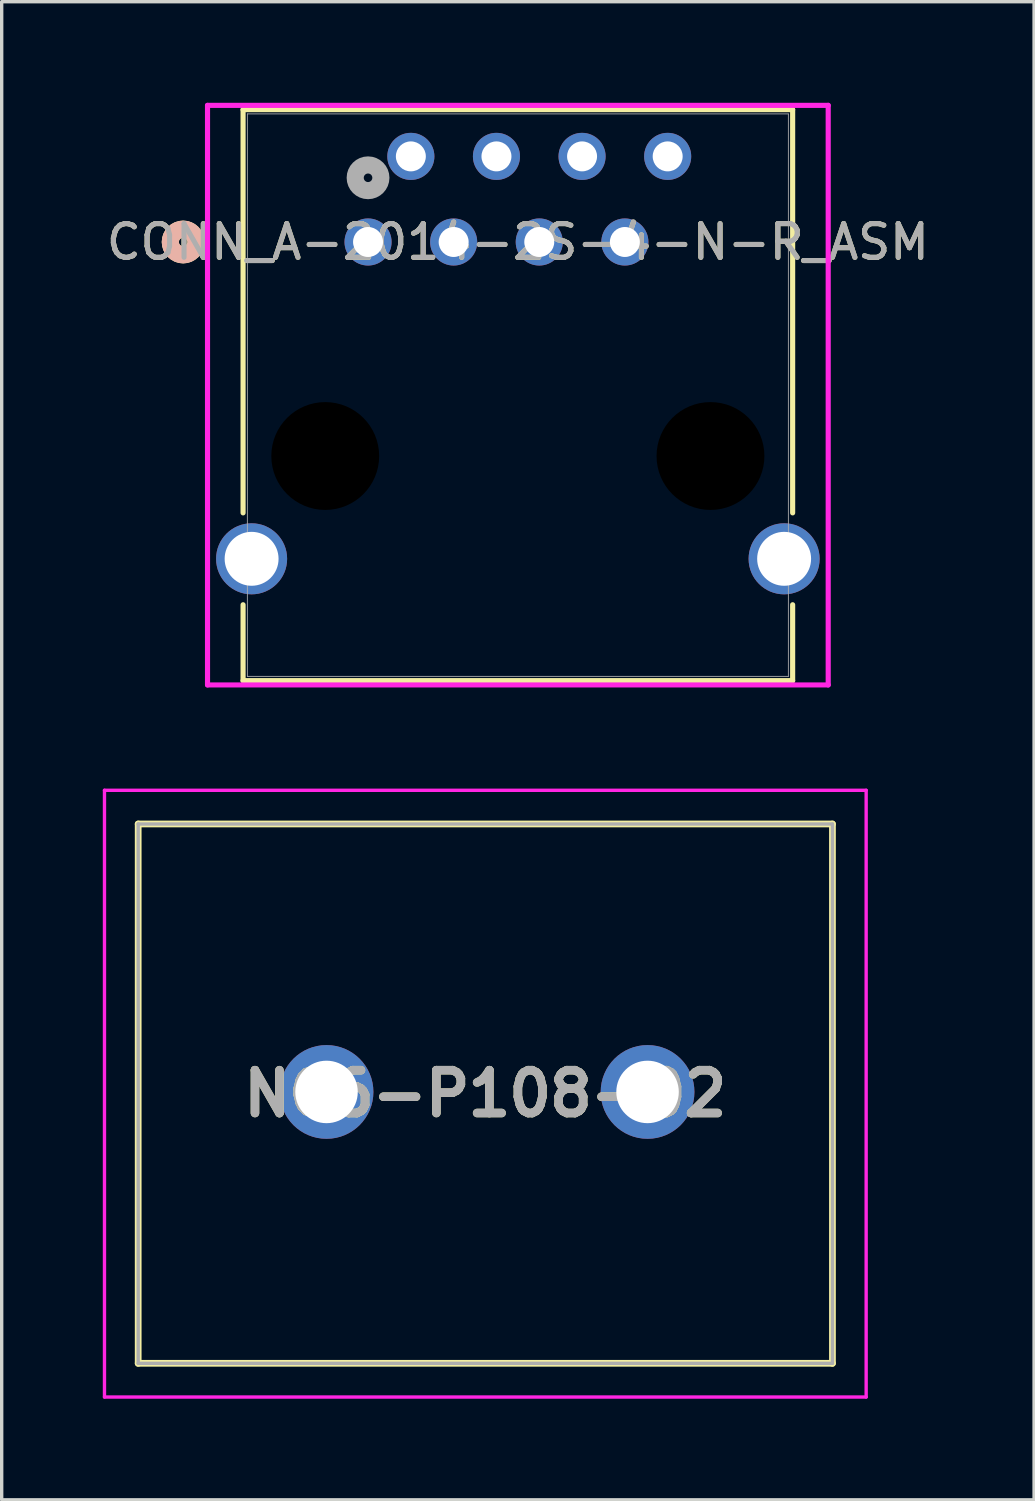
<source format=kicad_pcb>
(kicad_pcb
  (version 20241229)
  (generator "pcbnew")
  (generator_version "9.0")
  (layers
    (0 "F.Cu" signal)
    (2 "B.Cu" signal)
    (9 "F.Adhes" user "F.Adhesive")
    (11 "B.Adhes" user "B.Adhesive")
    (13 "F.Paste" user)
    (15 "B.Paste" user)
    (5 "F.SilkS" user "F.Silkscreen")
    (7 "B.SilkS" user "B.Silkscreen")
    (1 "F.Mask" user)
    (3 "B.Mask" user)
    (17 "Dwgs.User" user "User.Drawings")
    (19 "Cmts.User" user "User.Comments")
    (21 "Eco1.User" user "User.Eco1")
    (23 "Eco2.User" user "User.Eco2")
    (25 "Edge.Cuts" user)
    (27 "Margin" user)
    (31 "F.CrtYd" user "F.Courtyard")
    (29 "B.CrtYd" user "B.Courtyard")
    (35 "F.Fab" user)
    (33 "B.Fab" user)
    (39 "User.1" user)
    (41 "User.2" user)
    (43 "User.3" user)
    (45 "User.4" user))
  (footprint "CONN_A-2014-2S-4-N-R_ASM"
    (layer "F.Cu")
    (at 7.87 4.13)
    (property "Reference" "CONN_A-2014-2S-4-N-R_ASM" (at 4.445 0 0) (unlocked yes) (layer "F.SilkS") (effects (font (size 1 1) (thickness 0.15))))
    (attr through_hole)
    (fp_line (start -3.708 -3.927) (end -3.708 8.037) (stroke (width 0.152) (type solid)) (layer "F.SilkS"))
    (fp_line (start -3.708 10.763) (end -3.708 13.015) (stroke (width 0.152) (type solid)) (layer "F.SilkS"))
    (fp_line (start -3.708 13.015) (end 12.598 13.015) (stroke (width 0.152) (type solid)) (layer "F.SilkS"))
    (fp_line (start 12.598 -3.927) (end -3.708 -3.927) (stroke (width 0.152) (type solid)) (layer "F.SilkS"))
    (fp_line (start 12.598 8.037) (end 12.598 -3.927) (stroke (width 0.152) (type solid)) (layer "F.SilkS"))
    (fp_line (start 12.598 13.015) (end 12.598 10.763) (stroke (width 0.152) (type solid)) (layer "F.SilkS"))
    (fp_circle (center -5.486 0) (end -5.105 0) (stroke (width 0.508) (type solid)) (fill no) (layer "F.SilkS"))
    (fp_circle (center -5.486 0) (end -5.105 0) (stroke (width 0.508) (type solid)) (fill no) (layer "B.SilkS"))
    (fp_line (start -4.763 -4.054) (end -4.763 13.142) (stroke (width 0.152) (type solid)) (layer "F.CrtYd"))
    (fp_line (start -4.763 13.142) (end 13.653 13.142) (stroke (width 0.152) (type solid)) (layer "F.CrtYd"))
    (fp_line (start 13.653 -4.054) (end -4.763 -4.054) (stroke (width 0.152) (type solid)) (layer "F.CrtYd"))
    (fp_line (start 13.653 13.142) (end 13.653 -4.054) (stroke (width 0.152) (type solid)) (layer "F.CrtYd"))
    (fp_line (start -3.581 -3.8) (end -3.581 12.888) (stroke (width 0.025) (type solid)) (layer "F.Fab"))
    (fp_line (start -3.581 12.888) (end 12.471 12.888) (stroke (width 0.025) (type solid)) (layer "F.Fab"))
    (fp_line (start 12.471 -3.8) (end -3.581 -3.8) (stroke (width 0.025) (type solid)) (layer "F.Fab"))
    (fp_line (start 12.471 12.888) (end 12.471 -3.8) (stroke (width 0.025) (type solid)) (layer "F.Fab"))
    (fp_circle (center 0 -1.905) (end 0.381 -1.905) (stroke (width 0.508) (type solid)) (fill no) (layer "F.Fab"))
    (fp_text user "${REFERENCE}" (at 4.445 0 0) (unlocked yes) (layer "F.Fab") (effects (font (size 1 1) (thickness 0.15))))
    (pad "" np_thru_hole circle (at -1.27 6.35) (size 3.2 3.2) (drill 3.2) (layers))
    (pad "" np_thru_hole circle (at 10.16 6.35) (size 3.2 3.2) (drill 3.2) (layers))
    (pad "1" thru_hole circle (at 0 0) (size 1.397 1.397) (drill 0.889) (layers "*.Cu" "*.Mask"))
    (pad "2" thru_hole circle (at 1.27 -2.54) (size 1.397 1.397) (drill 0.889) (layers "*.Cu" "*.Mask"))
    (pad "3" thru_hole circle (at 2.54 0) (size 1.397 1.397) (drill 0.889) (layers "*.Cu" "*.Mask"))
    (pad "4" thru_hole circle (at 3.81 -2.54) (size 1.397 1.397) (drill 0.889) (layers "*.Cu" "*.Mask"))
    (pad "5" thru_hole circle (at 5.08 0) (size 1.397 1.397) (drill 0.889) (layers "*.Cu" "*.Mask"))
    (pad "6" thru_hole circle (at 6.35 -2.54) (size 1.397 1.397) (drill 0.889) (layers "*.Cu" "*.Mask"))
    (pad "7" thru_hole circle (at 7.62 0) (size 1.397 1.397) (drill 0.889) (layers "*.Cu" "*.Mask"))
    (pad "8" thru_hole circle (at 8.89 -2.54) (size 1.397 1.397) (drill 0.889) (layers "*.Cu" "*.Mask"))
    (pad "SH" thru_hole circle (at -3.455 9.4) (size 2.108 2.108) (drill 1.6) (layers "*.Cu" "*.Mask"))
    (pad "SH" thru_hole circle (at 12.345 9.4) (size 2.108 2.108) (drill 1.6) (layers "*.Cu" "*.Mask")))
  (footprint "NC6-P108-02"
    (layer "F.Cu")
    (at 6.638 29.348)
    (property "Reference" "NC6-P108-02" (at 4.711 0.051 0) (layer "F.SilkS") (effects (font (size 1.27 1.27) (thickness 0.254))))
    (attr through_hole)
    (fp_line (start -5.588 -7.95) (end 15.011 -7.95) (stroke (width 0.2) (type solid)) (layer "F.SilkS"))
    (fp_line (start -5.588 8.052) (end -5.588 -7.95) (stroke (width 0.2) (type solid)) (layer "F.SilkS"))
    (fp_line (start 15.011 -7.95) (end 15.011 8.052) (stroke (width 0.2) (type solid)) (layer "F.SilkS"))
    (fp_line (start 15.011 8.052) (end -5.588 8.052) (stroke (width 0.2) (type solid)) (layer "F.SilkS"))
    (fp_line (start -6.588 -8.95) (end 16.011 -8.95) (stroke (width 0.1) (type solid)) (layer "F.CrtYd"))
    (fp_line (start -6.588 9.052) (end -6.588 -8.95) (stroke (width 0.1) (type solid)) (layer "F.CrtYd"))
    (fp_line (start 16.011 -8.95) (end 16.011 9.052) (stroke (width 0.1) (type solid)) (layer "F.CrtYd"))
    (fp_line (start 16.011 9.052) (end -6.588 9.052) (stroke (width 0.1) (type solid)) (layer "F.CrtYd"))
    (fp_line (start -5.588 -7.95) (end 15.011 -7.95) (stroke (width 0.1) (type solid)) (layer "F.Fab"))
    (fp_line (start -5.588 8.052) (end -5.588 -7.95) (stroke (width 0.1) (type solid)) (layer "F.Fab"))
    (fp_line (start 15.011 -7.95) (end 15.011 8.052) (stroke (width 0.1) (type solid)) (layer "F.Fab"))
    (fp_line (start 15.011 8.052) (end -5.588 8.052) (stroke (width 0.1) (type solid)) (layer "F.Fab"))
    (fp_text user "${REFERENCE}" (at 4.711 0.051 0) (layer "F.Fab") (effects (font (size 1.27 1.27) (thickness 0.254))))
    (pad "1" thru_hole circle (at 0 0) (size 2.781 2.781) (drill 1.854) (layers "*.Cu" "*.Mask"))
    (pad "2" thru_hole circle (at 9.525 0) (size 2.781 2.781) (drill 1.854) (layers "*.Cu" "*.Mask")))
  (gr_rect
    (start -3 -3)
    (end 27.631 41.45)
    (stroke (width 0.1) (type default))
    (fill no)
    (layer "Edge.Cuts")))
</source>
